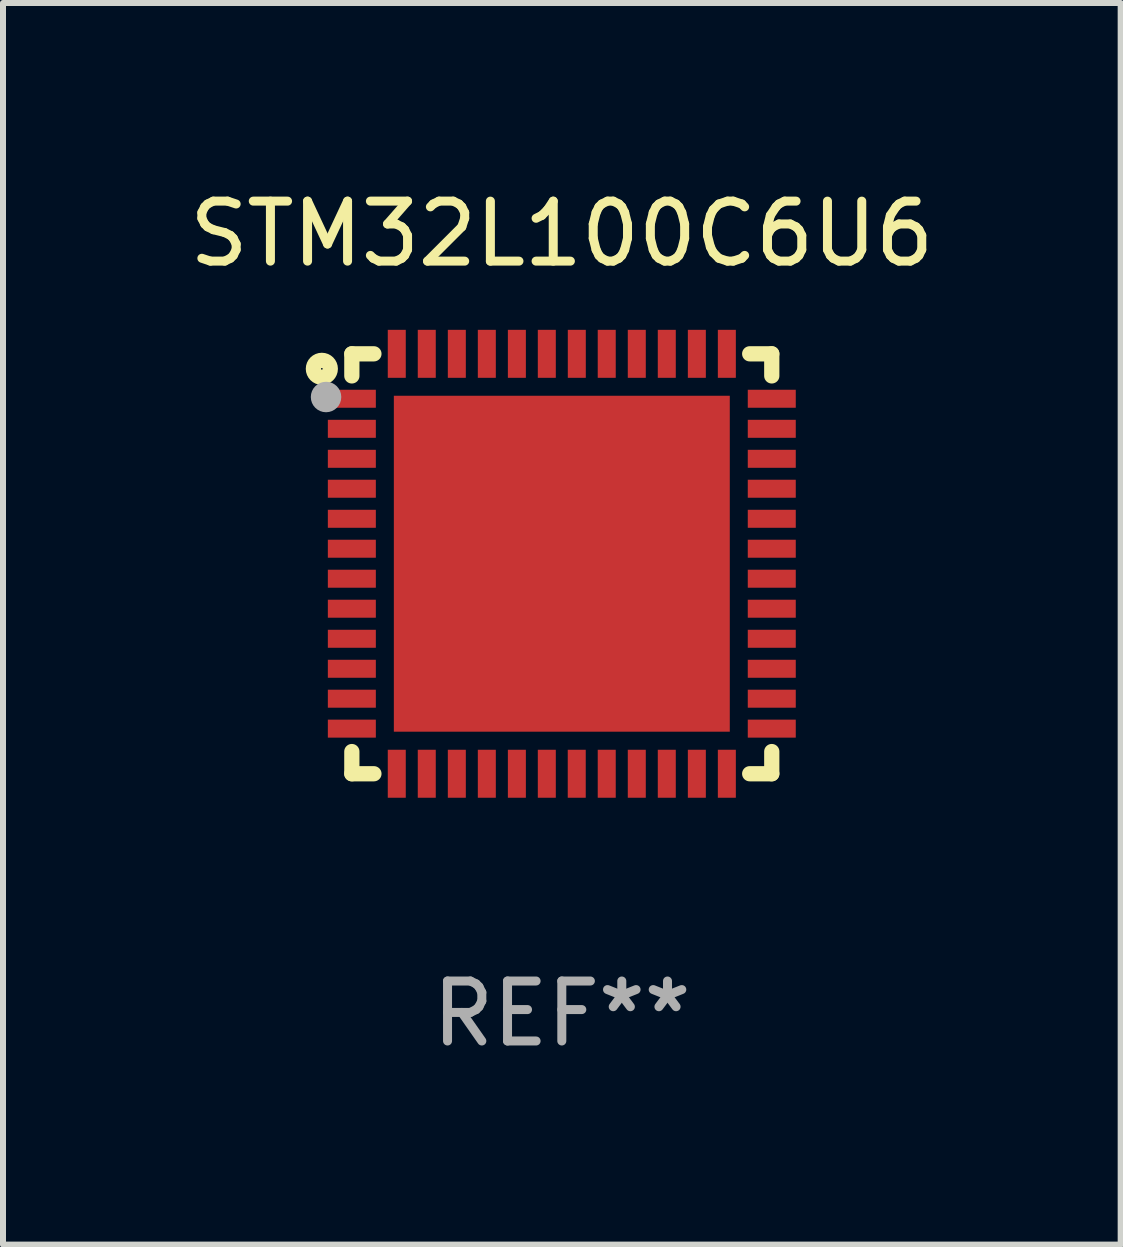
<source format=kicad_pcb>
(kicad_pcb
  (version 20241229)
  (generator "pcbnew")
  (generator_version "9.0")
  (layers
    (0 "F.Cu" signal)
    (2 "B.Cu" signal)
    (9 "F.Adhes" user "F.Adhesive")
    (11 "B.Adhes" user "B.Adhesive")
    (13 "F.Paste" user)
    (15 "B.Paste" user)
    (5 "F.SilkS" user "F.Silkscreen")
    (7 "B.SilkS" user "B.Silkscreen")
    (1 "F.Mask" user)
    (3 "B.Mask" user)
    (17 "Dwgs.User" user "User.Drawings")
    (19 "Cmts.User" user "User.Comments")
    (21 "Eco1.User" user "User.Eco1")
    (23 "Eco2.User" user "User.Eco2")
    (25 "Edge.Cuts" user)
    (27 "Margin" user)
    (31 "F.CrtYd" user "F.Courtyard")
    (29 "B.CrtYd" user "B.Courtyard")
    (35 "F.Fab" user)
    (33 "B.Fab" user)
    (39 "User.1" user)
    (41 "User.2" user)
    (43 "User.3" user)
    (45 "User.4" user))
  (footprint "STM32L100C6U6"
    (layer "F.Cu")
    (at 6.315 6.348)
    (property "Reference" "STM32L100C6U6" (at 0 -5.5 0) (layer "F.SilkS") (effects (font (size 1 1) (thickness 0.15))))
    (attr through_hole)
    (fp_line (start -3.5 -3.5) (end -3.132 -3.5) (stroke (width 0.254) (type solid)) (layer "F.SilkS"))
    (fp_line (start -3.5 -3.132) (end -3.5 -3.5) (stroke (width 0.254) (type solid)) (layer "F.SilkS"))
    (fp_line (start -3.5 3.5) (end -3.5 3.13) (stroke (width 0.254) (type solid)) (layer "F.SilkS"))
    (fp_line (start -3.132 3.5) (end -3.5 3.5) (stroke (width 0.254) (type solid)) (layer "F.SilkS"))
    (fp_line (start 3.132 -3.5) (end 3.5 -3.5) (stroke (width 0.254) (type solid)) (layer "F.SilkS"))
    (fp_line (start 3.5 -3.5) (end 3.5 -3.132) (stroke (width 0.254) (type solid)) (layer "F.SilkS"))
    (fp_line (start 3.5 3.13) (end 3.5 3.5) (stroke (width 0.254) (type solid)) (layer "F.SilkS"))
    (fp_line (start 3.5 3.5) (end 3.132 3.5) (stroke (width 0.254) (type solid)) (layer "F.SilkS"))
    (fp_circle (center -4 -3.25) (end -3.859 -3.25) (stroke (width 0.254) (type solid)) (fill no) (layer "F.SilkS"))
    (fp_circle (center -3.5 -3.501) (end -3.47 -3.501) (stroke (width 0.06) (type solid)) (fill no) (layer "F.SilkS"))
    (fp_circle (center -3.93 -2.78) (end -3.803 -2.78) (stroke (width 0.254) (type solid)) (fill no) (layer "F.Fab"))
    (fp_text user "REF**" (at 0 7.5 0) (layer "F.Fab") (effects (font (size 1 1) (thickness 0.15))))
    (pad "1" smd rect (at -3.5 -2.751 270) (size 0.3 0.8) (layers "F.Cu" "F.Mask" "F.Paste"))
    (pad "2" smd rect (at -3.5 -2.25 270) (size 0.3 0.8) (layers "F.Cu" "F.Mask" "F.Paste"))
    (pad "3" smd rect (at -3.5 -1.75 270) (size 0.3 0.8) (layers "F.Cu" "F.Mask" "F.Paste"))
    (pad "4" smd rect (at -3.5 -1.251 270) (size 0.3 0.8) (layers "F.Cu" "F.Mask" "F.Paste"))
    (pad "5" smd rect (at -3.5 -0.75 270) (size 0.3 0.8) (layers "F.Cu" "F.Mask" "F.Paste"))
    (pad "6" smd rect (at -3.5 -0.251 270) (size 0.3 0.8) (layers "F.Cu" "F.Mask" "F.Paste"))
    (pad "7" smd rect (at -3.5 0.249 270) (size 0.3 0.8) (layers "F.Cu" "F.Mask" "F.Paste"))
    (pad "8" smd rect (at -3.5 0.749 270) (size 0.3 0.8) (layers "F.Cu" "F.Mask" "F.Paste"))
    (pad "9" smd rect (at -3.5 1.25 270) (size 0.3 0.8) (layers "F.Cu" "F.Mask" "F.Paste"))
    (pad "10" smd rect (at -3.5 1.75 270) (size 0.3 0.8) (layers "F.Cu" "F.Mask" "F.Paste"))
    (pad "11" smd rect (at -3.5 2.249 270) (size 0.3 0.8) (layers "F.Cu" "F.Mask" "F.Paste"))
    (pad "12" smd rect (at -3.5 2.748 270) (size 0.3 0.8) (layers "F.Cu" "F.Mask" "F.Paste"))
    (pad "13" smd rect (at -2.751 3.5 180) (size 0.3 0.8) (layers "F.Cu" "F.Mask" "F.Paste"))
    (pad "14" smd rect (at -2.251 3.5 180) (size 0.3 0.8) (layers "F.Cu" "F.Mask" "F.Paste"))
    (pad "15" smd rect (at -1.75 3.5 180) (size 0.3 0.8) (layers "F.Cu" "F.Mask" "F.Paste"))
    (pad "16" smd rect (at -1.25 3.5 180) (size 0.3 0.8) (layers "F.Cu" "F.Mask" "F.Paste"))
    (pad "17" smd rect (at -0.749 3.5 180) (size 0.3 0.8) (layers "F.Cu" "F.Mask" "F.Paste"))
    (pad "18" smd rect (at -0.25 3.5 180) (size 0.3 0.8) (layers "F.Cu" "F.Mask" "F.Paste"))
    (pad "19" smd rect (at 0.249 3.5 180) (size 0.3 0.8) (layers "F.Cu" "F.Mask" "F.Paste"))
    (pad "20" smd rect (at 0.749 3.5 180) (size 0.3 0.8) (layers "F.Cu" "F.Mask" "F.Paste"))
    (pad "21" smd rect (at 1.25 3.5 180) (size 0.3 0.8) (layers "F.Cu" "F.Mask" "F.Paste"))
    (pad "22" smd rect (at 1.75 3.5 180) (size 0.3 0.8) (layers "F.Cu" "F.Mask" "F.Paste"))
    (pad "23" smd rect (at 2.251 3.5 180) (size 0.3 0.8) (layers "F.Cu" "F.Mask" "F.Paste"))
    (pad "24" smd rect (at 2.751 3.5 180) (size 0.3 0.8) (layers "F.Cu" "F.Mask" "F.Paste"))
    (pad "25" smd rect (at 3.5 2.748 270) (size 0.3 0.8) (layers "F.Cu" "F.Mask" "F.Paste"))
    (pad "26" smd rect (at 3.5 2.249 270) (size 0.3 0.8) (layers "F.Cu" "F.Mask" "F.Paste"))
    (pad "27" smd rect (at 3.5 1.75 270) (size 0.3 0.8) (layers "F.Cu" "F.Mask" "F.Paste"))
    (pad "28" smd rect (at 3.5 1.25 270) (size 0.3 0.8) (layers "F.Cu" "F.Mask" "F.Paste"))
    (pad "29" smd rect (at 3.5 0.749 270) (size 0.3 0.8) (layers "F.Cu" "F.Mask" "F.Paste"))
    (pad "30" smd rect (at 3.5 0.249 270) (size 0.3 0.8) (layers "F.Cu" "F.Mask" "F.Paste"))
    (pad "31" smd rect (at 3.5 -0.251 270) (size 0.3 0.8) (layers "F.Cu" "F.Mask" "F.Paste"))
    (pad "32" smd rect (at 3.5 -0.75 270) (size 0.3 0.8) (layers "F.Cu" "F.Mask" "F.Paste"))
    (pad "33" smd rect (at 3.5 -1.251 270) (size 0.3 0.8) (layers "F.Cu" "F.Mask" "F.Paste"))
    (pad "34" smd rect (at 3.5 -1.75 270) (size 0.3 0.8) (layers "F.Cu" "F.Mask" "F.Paste"))
    (pad "35" smd rect (at 3.5 -2.25 270) (size 0.3 0.8) (layers "F.Cu" "F.Mask" "F.Paste"))
    (pad "36" smd rect (at 3.5 -2.751 270) (size 0.3 0.8) (layers "F.Cu" "F.Mask" "F.Paste"))
    (pad "37" smd rect (at 2.751 -3.5 180) (size 0.3 0.8) (layers "F.Cu" "F.Mask" "F.Paste"))
    (pad "38" smd rect (at 2.251 -3.5 180) (size 0.3 0.8) (layers "F.Cu" "F.Mask" "F.Paste"))
    (pad "39" smd rect (at 1.75 -3.5 180) (size 0.3 0.8) (layers "F.Cu" "F.Mask" "F.Paste"))
    (pad "40" smd rect (at 1.25 -3.5 180) (size 0.3 0.8) (layers "F.Cu" "F.Mask" "F.Paste"))
    (pad "41" smd rect (at 0.749 -3.5 180) (size 0.3 0.8) (layers "F.Cu" "F.Mask" "F.Paste"))
    (pad "42" smd rect (at 0.25 -3.5 180) (size 0.3 0.8) (layers "F.Cu" "F.Mask" "F.Paste"))
    (pad "43" smd rect (at -0.25 -3.5 180) (size 0.3 0.8) (layers "F.Cu" "F.Mask" "F.Paste"))
    (pad "44" smd rect (at -0.749 -3.5 180) (size 0.3 0.8) (layers "F.Cu" "F.Mask" "F.Paste"))
    (pad "45" smd rect (at -1.25 -3.5 180) (size 0.3 0.8) (layers "F.Cu" "F.Mask" "F.Paste"))
    (pad "46" smd rect (at -1.75 -3.5 180) (size 0.3 0.8) (layers "F.Cu" "F.Mask" "F.Paste"))
    (pad "47" smd rect (at -2.251 -3.5 180) (size 0.3 0.8) (layers "F.Cu" "F.Mask" "F.Paste"))
    (pad "48" smd rect (at -2.751 -3.5 180) (size 0.3 0.8) (layers "F.Cu" "F.Mask" "F.Paste"))
    (pad "49" smd rect (at 0.000127 -0.001 180) (size 5.6 5.6) (layers "F.Cu" "F.Mask" "F.Paste")))
  (gr_rect
    (start -3 -3)
    (end 15.631 17.697)
    (stroke (width 0.1) (type default))
    (fill no)
    (layer "Edge.Cuts")))
</source>
